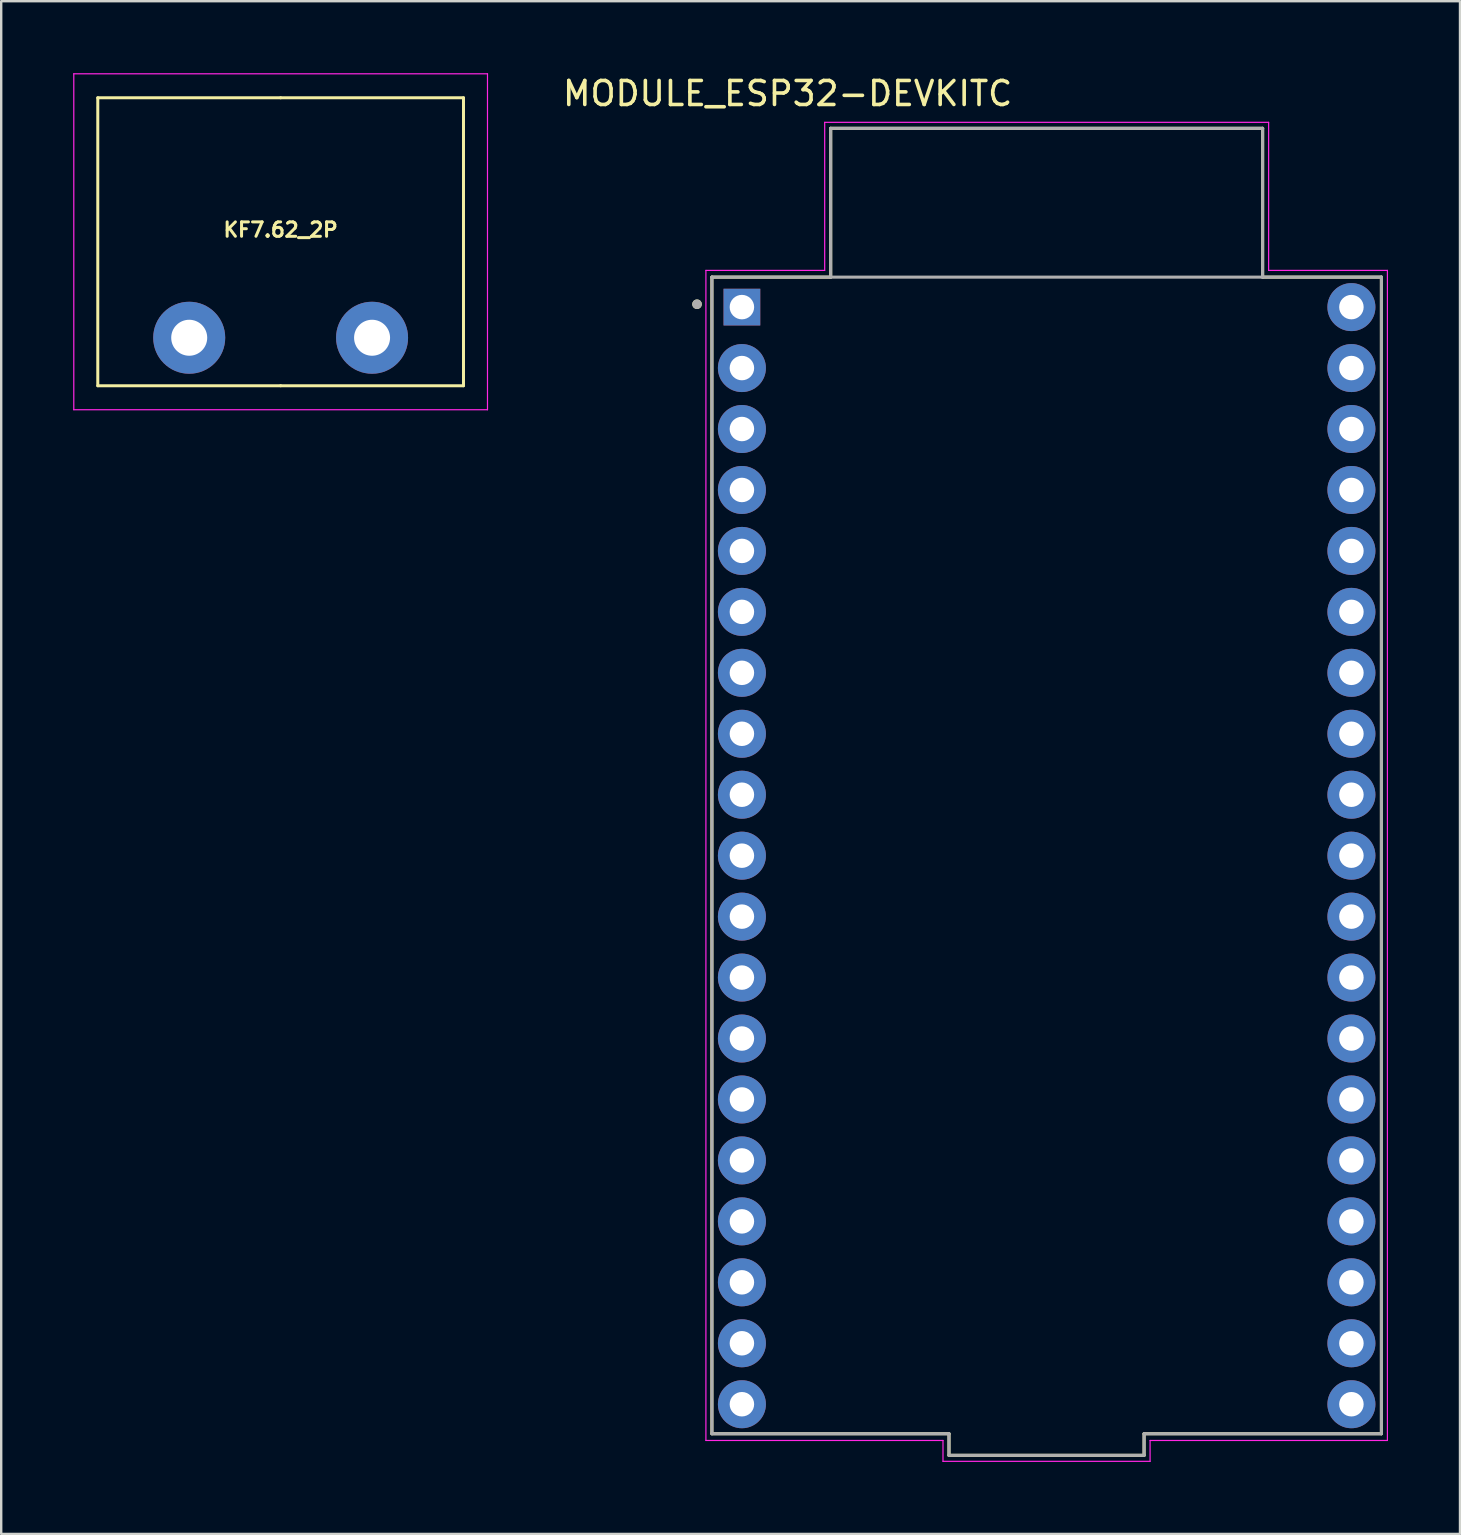
<source format=kicad_pcb>
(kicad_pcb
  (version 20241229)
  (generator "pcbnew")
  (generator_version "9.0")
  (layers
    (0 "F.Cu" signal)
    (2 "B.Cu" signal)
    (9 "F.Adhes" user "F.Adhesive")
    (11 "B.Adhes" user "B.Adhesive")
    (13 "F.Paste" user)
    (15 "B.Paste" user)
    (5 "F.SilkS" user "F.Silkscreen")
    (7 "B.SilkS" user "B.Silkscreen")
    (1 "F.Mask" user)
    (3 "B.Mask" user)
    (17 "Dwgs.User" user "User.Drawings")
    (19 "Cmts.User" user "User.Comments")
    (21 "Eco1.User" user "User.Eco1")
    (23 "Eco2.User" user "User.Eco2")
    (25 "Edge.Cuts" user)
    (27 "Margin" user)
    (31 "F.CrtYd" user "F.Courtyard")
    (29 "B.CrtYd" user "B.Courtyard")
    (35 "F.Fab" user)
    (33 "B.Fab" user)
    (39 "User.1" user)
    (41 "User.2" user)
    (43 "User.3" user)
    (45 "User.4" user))
  (footprint "KF7.62_2P"
    (layer "F.Cu")
    (at 8.645 7.025)
    (property "Reference" "KF7.62_2P" (at 0 -0.5 0) (layer "F.SilkS") (effects (font (size 0.6 0.6) (thickness 0.125))))
    (attr through_hole)
    (fp_line (start -7.62 -6) (end -7.62 6) (stroke (width 0.125) (type solid)) (layer "F.SilkS"))
    (fp_line (start -7.62 6) (end 0 6) (stroke (width 0.125) (type solid)) (layer "F.SilkS"))
    (fp_line (start 0 -6) (end -7.62 -6) (stroke (width 0.125) (type solid)) (layer "F.SilkS"))
    (fp_line (start 0 -6) (end 7.62 -6) (stroke (width 0.125) (type solid)) (layer "F.SilkS"))
    (fp_line (start 7.62 -6) (end 7.62 6) (stroke (width 0.125) (type solid)) (layer "F.SilkS"))
    (fp_line (start 7.62 6) (end 0 6) (stroke (width 0.125) (type solid)) (layer "F.SilkS"))
    (fp_line (start -8.62 -7) (end -8.62 7) (stroke (width 0.05) (type solid)) (layer "F.CrtYd"))
    (fp_line (start -8.62 -7) (end 8.62 -7) (stroke (width 0.05) (type solid)) (layer "F.CrtYd"))
    (fp_line (start 8.62 -7) (end 8.62 7) (stroke (width 0.05) (type solid)) (layer "F.CrtYd"))
    (fp_line (start 8.62 7) (end -8.62 7) (stroke (width 0.05) (type solid)) (layer "F.CrtYd"))
    (pad "1" thru_hole circle (at 3.81 4) (size 3 3) (drill 1.5) (layers "*.Cu" "*.Mask"))
    (pad "2" thru_hole circle (at -3.81 4) (size 3 3) (drill 1.5) (layers "*.Cu" "*.Mask")))
  (footprint "MODULE_ESP32-DEVKITC"
    (layer "F.Cu")
    (at 40.567 32.598)
    (property "Reference" "MODULE_ESP32-DEVKITC" (at -10.795 -31.75 0) (layer "F.SilkS") (effects (font (size 1 1) (thickness 0.15))))
    (attr through_hole)
    (fp_line (start -13.95 -24.1) (end -13.95 24.1) (stroke (width 0.127) (type solid)) (layer "F.SilkS"))
    (fp_line (start -13.95 24.1) (end -4.07 24.1) (stroke (width 0.127) (type solid)) (layer "F.SilkS"))
    (fp_line (start -9 -30.3) (end 9 -30.3) (stroke (width 0.127) (type solid)) (layer "F.SilkS"))
    (fp_line (start -9 -24.1) (end -13.95 -24.1) (stroke (width 0.127) (type solid)) (layer "F.SilkS"))
    (fp_line (start -9 -24.1) (end -9 -30.3) (stroke (width 0.127) (type solid)) (layer "F.SilkS"))
    (fp_line (start -4.07 24.1) (end -4.07 25) (stroke (width 0.127) (type solid)) (layer "F.SilkS"))
    (fp_line (start -4.07 25) (end 4.06 25) (stroke (width 0.127) (type solid)) (layer "F.SilkS"))
    (fp_line (start 4.06 24.1) (end 13.95 24.1) (stroke (width 0.127) (type solid)) (layer "F.SilkS"))
    (fp_line (start 4.06 25) (end 4.06 24.1) (stroke (width 0.127) (type solid)) (layer "F.SilkS"))
    (fp_line (start 9 -30.3) (end 9 -24.1) (stroke (width 0.127) (type solid)) (layer "F.SilkS"))
    (fp_line (start 13.95 -24.1) (end 9 -24.1) (stroke (width 0.127) (type solid)) (layer "F.SilkS"))
    (fp_line (start 13.95 24.1) (end 13.95 -24.1) (stroke (width 0.127) (type solid)) (layer "F.SilkS"))
    (fp_circle (center -14.57 -22.97) (end -14.47 -22.97) (stroke (width 0.2) (type solid)) (fill no) (layer "F.SilkS"))
    (fp_line (start -14.2 -24.38) (end -14.2 24.38) (stroke (width 0.05) (type solid)) (layer "F.CrtYd"))
    (fp_line (start -14.2 24.38) (end -4.32 24.38) (stroke (width 0.05) (type solid)) (layer "F.CrtYd"))
    (fp_line (start -9.25 -30.55) (end 9.25 -30.55) (stroke (width 0.05) (type solid)) (layer "F.CrtYd"))
    (fp_line (start -9.25 -24.38) (end -14.2 -24.38) (stroke (width 0.05) (type solid)) (layer "F.CrtYd"))
    (fp_line (start -9.25 -24.38) (end -9.25 -30.55) (stroke (width 0.05) (type solid)) (layer "F.CrtYd"))
    (fp_line (start -4.32 24.38) (end -4.32 25.25) (stroke (width 0.05) (type solid)) (layer "F.CrtYd"))
    (fp_line (start -4.32 25.25) (end 4.31 25.25) (stroke (width 0.05) (type solid)) (layer "F.CrtYd"))
    (fp_line (start 4.31 24.38) (end 14.2 24.38) (stroke (width 0.05) (type solid)) (layer "F.CrtYd"))
    (fp_line (start 4.31 25.25) (end 4.31 24.38) (stroke (width 0.05) (type solid)) (layer "F.CrtYd"))
    (fp_line (start 9.25 -30.55) (end 9.25 -24.38) (stroke (width 0.05) (type solid)) (layer "F.CrtYd"))
    (fp_line (start 14.2 -24.38) (end 9.25 -24.38) (stroke (width 0.05) (type solid)) (layer "F.CrtYd"))
    (fp_line (start 14.2 24.38) (end 14.2 -24.38) (stroke (width 0.05) (type solid)) (layer "F.CrtYd"))
    (fp_line (start -13.95 -24.1) (end -13.95 24.1) (stroke (width 0.127) (type solid)) (layer "F.Fab"))
    (fp_line (start -13.95 24.1) (end -4.07 24.1) (stroke (width 0.127) (type solid)) (layer "F.Fab"))
    (fp_line (start -9 -30.3) (end 9 -30.3) (stroke (width 0.127) (type solid)) (layer "F.Fab"))
    (fp_line (start -9 -24.1) (end -13.95 -24.1) (stroke (width 0.127) (type solid)) (layer "F.Fab"))
    (fp_line (start -9 -24.1) (end -9 -30.3) (stroke (width 0.127) (type solid)) (layer "F.Fab"))
    (fp_line (start -4.07 24.1) (end -4.07 25) (stroke (width 0.127) (type solid)) (layer "F.Fab"))
    (fp_line (start -4.07 25) (end 4.06 25) (stroke (width 0.127) (type solid)) (layer "F.Fab"))
    (fp_line (start 4.06 24.1) (end 13.95 24.1) (stroke (width 0.127) (type solid)) (layer "F.Fab"))
    (fp_line (start 4.06 25) (end 4.06 24.1) (stroke (width 0.127) (type solid)) (layer "F.Fab"))
    (fp_line (start 9 -30.3) (end 9 -24.1) (stroke (width 0.127) (type solid)) (layer "F.Fab"))
    (fp_line (start 9 -24.1) (end -9 -24.1) (stroke (width 0.127) (type solid)) (layer "F.Fab"))
    (fp_line (start 13.95 -24.1) (end 9 -24.1) (stroke (width 0.127) (type solid)) (layer "F.Fab"))
    (fp_line (start 13.95 24.1) (end 13.95 -24.1) (stroke (width 0.127) (type solid)) (layer "F.Fab"))
    (fp_circle (center -14.57 -22.97) (end -14.47 -22.97) (stroke (width 0.2) (type solid)) (fill no) (layer "F.Fab"))
    (pad "1" thru_hole rect (at -12.7 -22.85) (size 1.53 1.53) (drill 1.02) (layers "*.Cu" "*.Mask"))
    (pad "2" thru_hole circle (at -12.7 -20.31) (size 2 2) (drill 1.02) (layers "*.Cu" "*.Mask"))
    (pad "3" thru_hole circle (at -12.7 -17.77) (size 2 2) (drill 1.02) (layers "*.Cu" "*.Mask"))
    (pad "4" thru_hole circle (at -12.7 -15.23) (size 2 2) (drill 1.02) (layers "*.Cu" "*.Mask"))
    (pad "5" thru_hole circle (at -12.7 -12.69) (size 2 2) (drill 1.02) (layers "*.Cu" "*.Mask"))
    (pad "6" thru_hole circle (at -12.7 -10.15) (size 2 2) (drill 1.02) (layers "*.Cu" "*.Mask"))
    (pad "7" thru_hole circle (at -12.7 -7.61) (size 2 2) (drill 1.02) (layers "*.Cu" "*.Mask"))
    (pad "8" thru_hole circle (at -12.7 -5.07) (size 2 2) (drill 1.02) (layers "*.Cu" "*.Mask"))
    (pad "9" thru_hole circle (at -12.7 -2.53) (size 2 2) (drill 1.02) (layers "*.Cu" "*.Mask"))
    (pad "10" thru_hole circle (at -12.7 0.01) (size 2 2) (drill 1.02) (layers "*.Cu" "*.Mask"))
    (pad "11" thru_hole circle (at -12.7 2.55) (size 2 2) (drill 1.02) (layers "*.Cu" "*.Mask"))
    (pad "12" thru_hole circle (at -12.7 5.09) (size 2 2) (drill 1.02) (layers "*.Cu" "*.Mask"))
    (pad "13" thru_hole circle (at -12.7 7.63) (size 2 2) (drill 1.02) (layers "*.Cu" "*.Mask"))
    (pad "14" thru_hole circle (at -12.7 10.17) (size 2 2) (drill 1.02) (layers "*.Cu" "*.Mask"))
    (pad "15" thru_hole circle (at -12.7 12.71) (size 2 2) (drill 1.02) (layers "*.Cu" "*.Mask"))
    (pad "16" thru_hole circle (at -12.7 15.25) (size 2 2) (drill 1.02) (layers "*.Cu" "*.Mask"))
    (pad "17" thru_hole circle (at -12.7 17.79) (size 2 2) (drill 1.02) (layers "*.Cu" "*.Mask"))
    (pad "18" thru_hole circle (at -12.7 20.33) (size 2 2) (drill 1.02) (layers "*.Cu" "*.Mask"))
    (pad "19" thru_hole circle (at -12.7 22.87) (size 2 2) (drill 1.02) (layers "*.Cu" "*.Mask"))
    (pad "20" thru_hole circle (at 12.7 22.87) (size 2 2) (drill 1.02) (layers "*.Cu" "*.Mask"))
    (pad "21" thru_hole circle (at 12.7 20.33) (size 2 2) (drill 1.02) (layers "*.Cu" "*.Mask"))
    (pad "22" thru_hole circle (at 12.7 17.79) (size 2 2) (drill 1.02) (layers "*.Cu" "*.Mask"))
    (pad "23" thru_hole circle (at 12.7 15.25) (size 2 2) (drill 1.02) (layers "*.Cu" "*.Mask"))
    (pad "24" thru_hole circle (at 12.7 12.71) (size 2 2) (drill 1.02) (layers "*.Cu" "*.Mask"))
    (pad "25" thru_hole circle (at 12.7 10.17) (size 2 2) (drill 1.02) (layers "*.Cu" "*.Mask"))
    (pad "26" thru_hole circle (at 12.7 7.63) (size 2 2) (drill 1.02) (layers "*.Cu" "*.Mask"))
    (pad "27" thru_hole circle (at 12.7 5.09) (size 2 2) (drill 1.02) (layers "*.Cu" "*.Mask"))
    (pad "28" thru_hole circle (at 12.7 2.55) (size 2 2) (drill 1.02) (layers "*.Cu" "*.Mask"))
    (pad "29" thru_hole circle (at 12.7 0.01) (size 2 2) (drill 1.02) (layers "*.Cu" "*.Mask"))
    (pad "30" thru_hole circle (at 12.7 -2.53) (size 2 2) (drill 1.02) (layers "*.Cu" "*.Mask"))
    (pad "31" thru_hole circle (at 12.7 -5.07) (size 2 2) (drill 1.02) (layers "*.Cu" "*.Mask"))
    (pad "32" thru_hole circle (at 12.7 -7.61) (size 2 2) (drill 1.02) (layers "*.Cu" "*.Mask"))
    (pad "33" thru_hole circle (at 12.7 -10.15) (size 2 2) (drill 1.02) (layers "*.Cu" "*.Mask"))
    (pad "34" thru_hole circle (at 12.7 -12.69) (size 2 2) (drill 1.02) (layers "*.Cu" "*.Mask"))
    (pad "35" thru_hole circle (at 12.7 -15.23) (size 2 2) (drill 1.02) (layers "*.Cu" "*.Mask"))
    (pad "36" thru_hole circle (at 12.7 -17.77) (size 2 2) (drill 1.02) (layers "*.Cu" "*.Mask"))
    (pad "37" thru_hole circle (at 12.7 -20.31) (size 2 2) (drill 1.02) (layers "*.Cu" "*.Mask"))
    (pad "38" thru_hole circle (at 12.7 -22.85) (size 2 2) (drill 1.02) (layers "*.Cu" "*.Mask")))
  (gr_rect
    (start -3 -3)
    (end 57.792 60.873)
    (stroke (width 0.1) (type default))
    (fill no)
    (layer "Edge.Cuts")))
</source>
